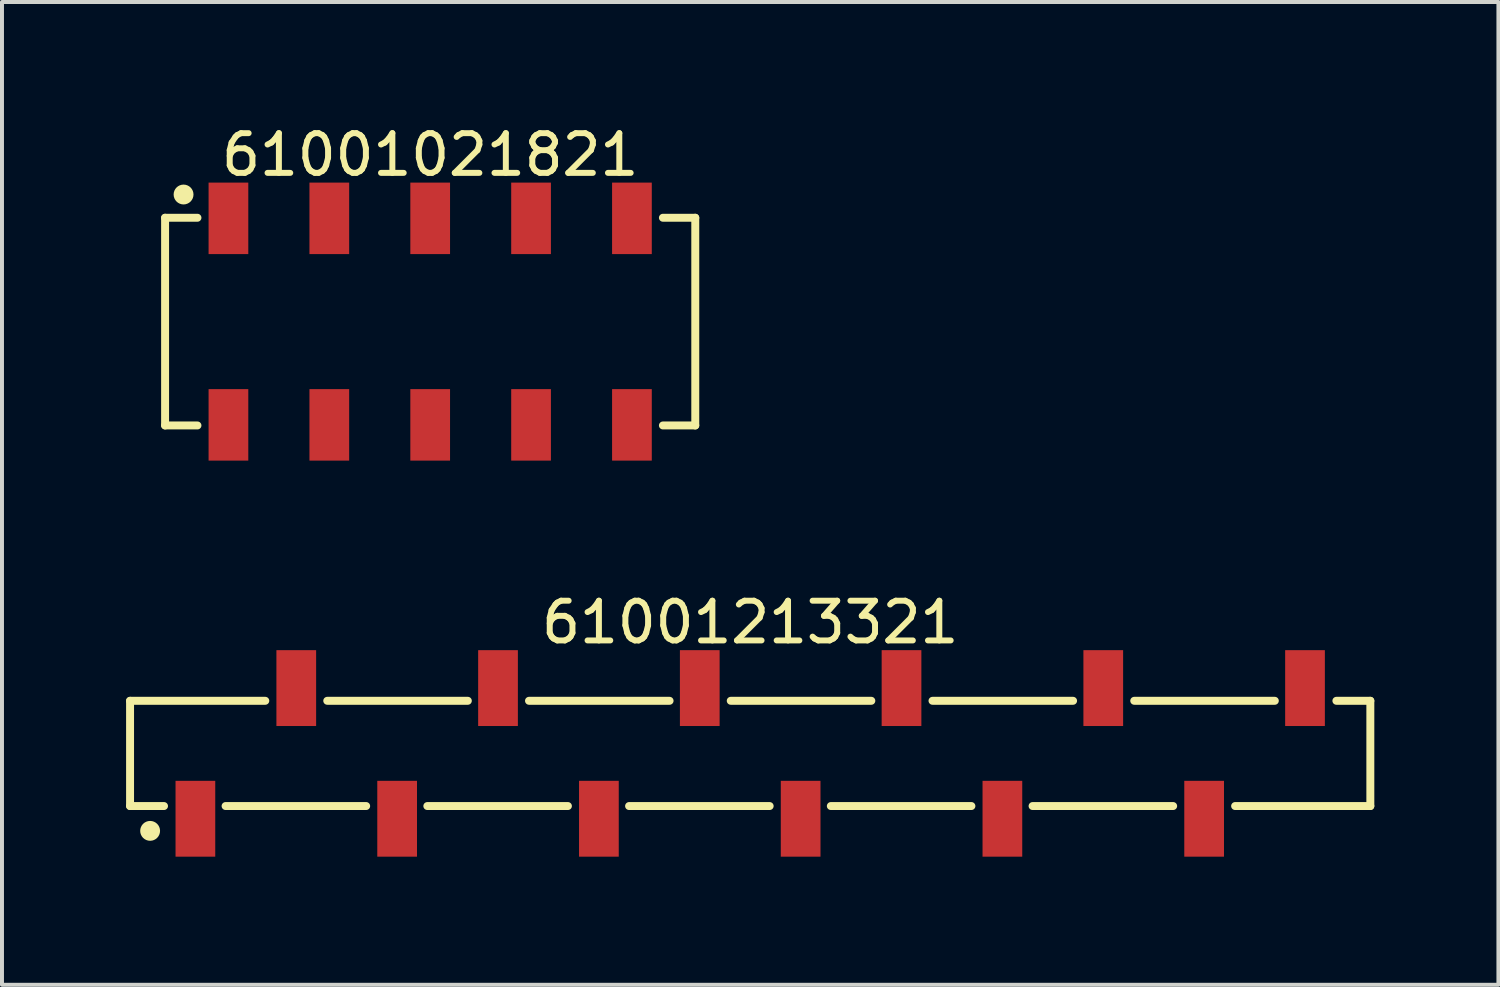
<source format=kicad_pcb>
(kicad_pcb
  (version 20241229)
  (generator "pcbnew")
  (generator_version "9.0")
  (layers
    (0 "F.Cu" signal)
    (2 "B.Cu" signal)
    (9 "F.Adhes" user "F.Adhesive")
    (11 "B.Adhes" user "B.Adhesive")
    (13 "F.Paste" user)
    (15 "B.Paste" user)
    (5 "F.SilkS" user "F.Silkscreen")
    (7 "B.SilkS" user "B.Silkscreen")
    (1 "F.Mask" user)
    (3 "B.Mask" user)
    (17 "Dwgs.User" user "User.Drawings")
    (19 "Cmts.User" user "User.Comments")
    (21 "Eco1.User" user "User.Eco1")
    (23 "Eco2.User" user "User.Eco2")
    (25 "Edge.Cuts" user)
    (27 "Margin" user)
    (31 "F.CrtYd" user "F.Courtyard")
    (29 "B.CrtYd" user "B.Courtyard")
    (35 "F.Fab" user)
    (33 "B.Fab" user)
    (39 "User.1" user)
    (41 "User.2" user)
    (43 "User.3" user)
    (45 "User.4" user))
  (footprint "61001213321"
    (layer "F.Cu")
    (at 15.84 15.921)
    (property "Reference" "61001213321" (at 0 -3.3 0) (layer "F.SilkS") (effects (font (size 1 1) (thickness 0.15))))
    (fp_line (start -15.615 -1.325) (end -12.21 -1.325) (stroke (width 0.2) (type solid)) (layer "F.SilkS"))
    (fp_line (start -15.615 1.325) (end -15.615 -1.325) (stroke (width 0.2) (type solid)) (layer "F.SilkS"))
    (fp_line (start -15.615 1.325) (end -14.76 1.325) (stroke (width 0.2) (type solid)) (layer "F.SilkS"))
    (fp_line (start -13.21 1.325) (end -9.67 1.325) (stroke (width 0.2) (type solid)) (layer "F.SilkS"))
    (fp_line (start -10.65 -1.325) (end -7.11 -1.325) (stroke (width 0.2) (type solid)) (layer "F.SilkS"))
    (fp_line (start -8.13 1.325) (end -4.59 1.325) (stroke (width 0.2) (type solid)) (layer "F.SilkS"))
    (fp_line (start -5.57 -1.325) (end -2.03 -1.325) (stroke (width 0.2) (type solid)) (layer "F.SilkS"))
    (fp_line (start -3.05 1.325) (end 0.49 1.325) (stroke (width 0.2) (type solid)) (layer "F.SilkS"))
    (fp_line (start -0.49 -1.325) (end 3.05 -1.325) (stroke (width 0.2) (type solid)) (layer "F.SilkS"))
    (fp_line (start 2.03 1.325) (end 5.57 1.325) (stroke (width 0.2) (type solid)) (layer "F.SilkS"))
    (fp_line (start 4.59 -1.325) (end 8.13 -1.325) (stroke (width 0.2) (type solid)) (layer "F.SilkS"))
    (fp_line (start 7.11 1.325) (end 10.65 1.325) (stroke (width 0.2) (type solid)) (layer "F.SilkS"))
    (fp_line (start 9.67 -1.325) (end 13.21 -1.325) (stroke (width 0.2) (type solid)) (layer "F.SilkS"))
    (fp_line (start 12.21 1.325) (end 15.615 1.325) (stroke (width 0.2) (type solid)) (layer "F.SilkS"))
    (fp_line (start 14.76 -1.325) (end 15.615 -1.325) (stroke (width 0.2) (type solid)) (layer "F.SilkS"))
    (fp_line (start 15.615 1.325) (end 15.615 -1.325) (stroke (width 0.2) (type solid)) (layer "F.SilkS"))
    (fp_circle (center -15.11 1.95) (end -15.11 1.825) (stroke (width 0.25) (type solid)) (fill no) (layer "F.SilkS"))
    (fp_line (start -15.815 -2.8) (end 15.815 -2.8) (stroke (width 0.05) (type solid)) (layer "Eco2.User"))
    (fp_line (start -15.815 2.8) (end -15.815 -2.8) (stroke (width 0.05) (type solid)) (layer "Eco2.User"))
    (fp_line (start -15.815 2.8) (end 15.815 2.8) (stroke (width 0.05) (type solid)) (layer "Eco2.User"))
    (fp_line (start -15.49 -1.25) (end 15.49 -1.25) (stroke (width 0.1) (type solid)) (layer "Eco2.User"))
    (fp_line (start -15.49 1.25) (end -15.49 -1.25) (stroke (width 0.1) (type solid)) (layer "Eco2.User"))
    (fp_line (start -15.49 1.25) (end 15.49 1.25) (stroke (width 0.1) (type solid)) (layer "Eco2.User"))
    (fp_line (start -14.22 2.025) (end -14.22 1.25) (stroke (width 0.1) (type solid)) (layer "Eco2.User"))
    (fp_line (start -14.22 2.025) (end -13.72 2.025) (stroke (width 0.1) (type solid)) (layer "Eco2.User"))
    (fp_line (start -13.72 2.025) (end -13.72 1.25) (stroke (width 0.1) (type solid)) (layer "Eco2.User"))
    (fp_line (start -11.68 -2.025) (end -11.18 -2.025) (stroke (width 0.1) (type solid)) (layer "Eco2.User"))
    (fp_line (start -11.68 -1.25) (end -11.68 -2.025) (stroke (width 0.1) (type solid)) (layer "Eco2.User"))
    (fp_line (start -11.18 -1.25) (end -11.18 -2.025) (stroke (width 0.1) (type solid)) (layer "Eco2.User"))
    (fp_line (start -9.14 2.025) (end -9.14 1.25) (stroke (width 0.1) (type solid)) (layer "Eco2.User"))
    (fp_line (start -9.14 2.025) (end -8.64 2.025) (stroke (width 0.1) (type solid)) (layer "Eco2.User"))
    (fp_line (start -8.64 2.025) (end -8.64 1.25) (stroke (width 0.1) (type solid)) (layer "Eco2.User"))
    (fp_line (start -6.6 -2.025) (end -6.1 -2.025) (stroke (width 0.1) (type solid)) (layer "Eco2.User"))
    (fp_line (start -6.6 -1.25) (end -6.6 -2.025) (stroke (width 0.1) (type solid)) (layer "Eco2.User"))
    (fp_line (start -6.1 -1.25) (end -6.1 -2.025) (stroke (width 0.1) (type solid)) (layer "Eco2.User"))
    (fp_line (start -4.06 2.025) (end -4.06 1.25) (stroke (width 0.1) (type solid)) (layer "Eco2.User"))
    (fp_line (start -4.06 2.025) (end -3.56 2.025) (stroke (width 0.1) (type solid)) (layer "Eco2.User"))
    (fp_line (start -3.56 2.025) (end -3.56 1.25) (stroke (width 0.1) (type solid)) (layer "Eco2.User"))
    (fp_line (start -1.52 -2.025) (end -1.02 -2.025) (stroke (width 0.1) (type solid)) (layer "Eco2.User"))
    (fp_line (start -1.52 -1.25) (end -1.52 -2.025) (stroke (width 0.1) (type solid)) (layer "Eco2.User"))
    (fp_line (start -1.02 -1.25) (end -1.02 -2.025) (stroke (width 0.1) (type solid)) (layer "Eco2.User"))
    (fp_line (start -0.5 0) (end 0.5 0) (stroke (width 0.05) (type solid)) (layer "Eco2.User"))
    (fp_line (start 0 0.5) (end 0 -0.5) (stroke (width 0.05) (type solid)) (layer "Eco2.User"))
    (fp_line (start 1.02 2.025) (end 1.02 1.25) (stroke (width 0.1) (type solid)) (layer "Eco2.User"))
    (fp_line (start 1.02 2.025) (end 1.52 2.025) (stroke (width 0.1) (type solid)) (layer "Eco2.User"))
    (fp_line (start 1.52 2.025) (end 1.52 1.25) (stroke (width 0.1) (type solid)) (layer "Eco2.User"))
    (fp_line (start 3.56 -2.025) (end 4.06 -2.025) (stroke (width 0.1) (type solid)) (layer "Eco2.User"))
    (fp_line (start 3.56 -1.25) (end 3.56 -2.025) (stroke (width 0.1) (type solid)) (layer "Eco2.User"))
    (fp_line (start 4.06 -1.25) (end 4.06 -2.025) (stroke (width 0.1) (type solid)) (layer "Eco2.User"))
    (fp_line (start 6.1 2.025) (end 6.1 1.25) (stroke (width 0.1) (type solid)) (layer "Eco2.User"))
    (fp_line (start 6.1 2.025) (end 6.6 2.025) (stroke (width 0.1) (type solid)) (layer "Eco2.User"))
    (fp_line (start 6.6 2.025) (end 6.6 1.25) (stroke (width 0.1) (type solid)) (layer "Eco2.User"))
    (fp_line (start 8.64 -2.025) (end 9.14 -2.025) (stroke (width 0.1) (type solid)) (layer "Eco2.User"))
    (fp_line (start 8.64 -1.25) (end 8.64 -2.025) (stroke (width 0.1) (type solid)) (layer "Eco2.User"))
    (fp_line (start 9.14 -1.25) (end 9.14 -2.025) (stroke (width 0.1) (type solid)) (layer "Eco2.User"))
    (fp_line (start 11.18 2.025) (end 11.18 1.25) (stroke (width 0.1) (type solid)) (layer "Eco2.User"))
    (fp_line (start 11.18 2.025) (end 11.68 2.025) (stroke (width 0.1) (type solid)) (layer "Eco2.User"))
    (fp_line (start 11.68 2.025) (end 11.68 1.25) (stroke (width 0.1) (type solid)) (layer "Eco2.User"))
    (fp_line (start 13.72 -2.025) (end 14.22 -2.025) (stroke (width 0.1) (type solid)) (layer "Eco2.User"))
    (fp_line (start 13.72 -1.25) (end 13.72 -2.025) (stroke (width 0.1) (type solid)) (layer "Eco2.User"))
    (fp_line (start 14.22 -1.25) (end 14.22 -2.025) (stroke (width 0.1) (type solid)) (layer "Eco2.User"))
    (fp_line (start 15.49 1.25) (end 15.49 -1.25) (stroke (width 0.1) (type solid)) (layer "Eco2.User"))
    (fp_line (start 15.815 2.8) (end 15.815 -2.8) (stroke (width 0.05) (type solid)) (layer "Eco2.User"))
    (fp_text user "${REFERENCE}" (at 0.15 -0.197 0) (unlocked yes) (layer "User.3") (effects (font (size 1.5 1.5) (thickness 0.15))))
    (pad "1" smd rect (at -13.97 1.645 180) (size 1 1.91) (layers "F.Cu" "F.Mask" "F.Paste"))
    (pad "2" smd rect (at -11.43 -1.645 180) (size 1 1.91) (layers "F.Cu" "F.Mask" "F.Paste"))
    (pad "3" smd rect (at -8.89 1.645 180) (size 1 1.91) (layers "F.Cu" "F.Mask" "F.Paste"))
    (pad "4" smd rect (at -6.35 -1.645 180) (size 1 1.91) (layers "F.Cu" "F.Mask" "F.Paste"))
    (pad "5" smd rect (at -3.81 1.645 180) (size 1 1.91) (layers "F.Cu" "F.Mask" "F.Paste"))
    (pad "6" smd rect (at -1.27 -1.645 180) (size 1 1.91) (layers "F.Cu" "F.Mask" "F.Paste"))
    (pad "7" smd rect (at 1.27 1.645 180) (size 1 1.91) (layers "F.Cu" "F.Mask" "F.Paste"))
    (pad "8" smd rect (at 3.81 -1.645 180) (size 1 1.91) (layers "F.Cu" "F.Mask" "F.Paste"))
    (pad "9" smd rect (at 6.35 1.645 180) (size 1 1.91) (layers "F.Cu" "F.Mask" "F.Paste"))
    (pad "10" smd rect (at 8.89 -1.645 180) (size 1 1.91) (layers "F.Cu" "F.Mask" "F.Paste"))
    (pad "11" smd rect (at 11.43 1.645 180) (size 1 1.91) (layers "F.Cu" "F.Mask" "F.Paste"))
    (pad "12" smd rect (at 13.97 -1.645 180) (size 1 1.91) (layers "F.Cu" "F.Mask" "F.Paste")))
  (footprint "61001021821"
    (layer "F.Cu")
    (at 7.782 5.048)
    (property "Reference" "61001021821" (at 0 -4.2 0) (layer "F.SilkS") (effects (font (size 1 1) (thickness 0.15))))
    (fp_line (start -6.675 -2.615) (end -5.86 -2.615) (stroke (width 0.2) (type solid)) (layer "F.SilkS"))
    (fp_line (start -6.675 2.615) (end -6.675 -2.615) (stroke (width 0.2) (type solid)) (layer "F.SilkS"))
    (fp_line (start -6.675 2.615) (end -5.86 2.615) (stroke (width 0.2) (type solid)) (layer "F.SilkS"))
    (fp_line (start 5.86 -2.615) (end 6.675 -2.615) (stroke (width 0.2) (type solid)) (layer "F.SilkS"))
    (fp_line (start 5.86 2.615) (end 6.675 2.615) (stroke (width 0.2) (type solid)) (layer "F.SilkS"))
    (fp_line (start 6.675 2.615) (end 6.675 -2.615) (stroke (width 0.2) (type solid)) (layer "F.SilkS"))
    (fp_circle (center -6.21 -3.2) (end -6.21 -3.325) (stroke (width 0.25) (type solid)) (fill no) (layer "F.SilkS"))
    (fp_line (start -6.875 -3.7) (end 6.875 -3.7) (stroke (width 0.05) (type solid)) (layer "Eco2.User"))
    (fp_line (start -6.875 3.7) (end -6.875 -3.7) (stroke (width 0.05) (type solid)) (layer "Eco2.User"))
    (fp_line (start -6.875 3.7) (end 6.875 3.7) (stroke (width 0.05) (type solid)) (layer "Eco2.User"))
    (fp_line (start -6.6 -2.54) (end 6.6 -2.54) (stroke (width 0.1) (type solid)) (layer "Eco2.User"))
    (fp_line (start -6.6 2.54) (end -6.6 -2.54) (stroke (width 0.1) (type solid)) (layer "Eco2.User"))
    (fp_line (start -6.6 2.54) (end 6.6 2.54) (stroke (width 0.1) (type solid)) (layer "Eco2.User"))
    (fp_line (start -5.4 -3.35) (end -4.76 -3.35) (stroke (width 0.1) (type solid)) (layer "Eco2.User"))
    (fp_line (start -5.4 -2.54) (end -5.4 -3.35) (stroke (width 0.1) (type solid)) (layer "Eco2.User"))
    (fp_line (start -5.4 3.35) (end -5.4 2.54) (stroke (width 0.1) (type solid)) (layer "Eco2.User"))
    (fp_line (start -5.4 3.35) (end -4.76 3.35) (stroke (width 0.1) (type solid)) (layer "Eco2.User"))
    (fp_line (start -4.76 -2.54) (end -4.76 -3.35) (stroke (width 0.1) (type solid)) (layer "Eco2.User"))
    (fp_line (start -4.76 3.35) (end -4.76 2.54) (stroke (width 0.1) (type solid)) (layer "Eco2.User"))
    (fp_line (start -2.86 -3.35) (end -2.22 -3.35) (stroke (width 0.1) (type solid)) (layer "Eco2.User"))
    (fp_line (start -2.86 -2.54) (end -2.86 -3.35) (stroke (width 0.1) (type solid)) (layer "Eco2.User"))
    (fp_line (start -2.86 3.35) (end -2.86 2.54) (stroke (width 0.1) (type solid)) (layer "Eco2.User"))
    (fp_line (start -2.86 3.35) (end -2.22 3.35) (stroke (width 0.1) (type solid)) (layer "Eco2.User"))
    (fp_line (start -2.22 -2.54) (end -2.22 -3.35) (stroke (width 0.1) (type solid)) (layer "Eco2.User"))
    (fp_line (start -2.22 3.35) (end -2.22 2.54) (stroke (width 0.1) (type solid)) (layer "Eco2.User"))
    (fp_line (start -0.5 0) (end 0.5 0) (stroke (width 0.05) (type solid)) (layer "Eco2.User"))
    (fp_line (start -0.32 -3.35) (end 0.32 -3.35) (stroke (width 0.1) (type solid)) (layer "Eco2.User"))
    (fp_line (start -0.32 -2.54) (end -0.32 -3.35) (stroke (width 0.1) (type solid)) (layer "Eco2.User"))
    (fp_line (start -0.32 3.35) (end -0.32 2.54) (stroke (width 0.1) (type solid)) (layer "Eco2.User"))
    (fp_line (start -0.32 3.35) (end 0.32 3.35) (stroke (width 0.1) (type solid)) (layer "Eco2.User"))
    (fp_line (start 0 0.5) (end 0 -0.5) (stroke (width 0.05) (type solid)) (layer "Eco2.User"))
    (fp_line (start 0.32 -2.54) (end 0.32 -3.35) (stroke (width 0.1) (type solid)) (layer "Eco2.User"))
    (fp_line (start 0.32 3.35) (end 0.32 2.54) (stroke (width 0.1) (type solid)) (layer "Eco2.User"))
    (fp_line (start 2.22 -3.35) (end 2.86 -3.35) (stroke (width 0.1) (type solid)) (layer "Eco2.User"))
    (fp_line (start 2.22 -2.54) (end 2.22 -3.35) (stroke (width 0.1) (type solid)) (layer "Eco2.User"))
    (fp_line (start 2.22 3.35) (end 2.22 2.54) (stroke (width 0.1) (type solid)) (layer "Eco2.User"))
    (fp_line (start 2.22 3.35) (end 2.86 3.35) (stroke (width 0.1) (type solid)) (layer "Eco2.User"))
    (fp_line (start 2.86 -2.54) (end 2.86 -3.35) (stroke (width 0.1) (type solid)) (layer "Eco2.User"))
    (fp_line (start 2.86 3.35) (end 2.86 2.54) (stroke (width 0.1) (type solid)) (layer "Eco2.User"))
    (fp_line (start 4.76 -3.35) (end 5.4 -3.35) (stroke (width 0.1) (type solid)) (layer "Eco2.User"))
    (fp_line (start 4.76 -2.54) (end 4.76 -3.35) (stroke (width 0.1) (type solid)) (layer "Eco2.User"))
    (fp_line (start 4.76 3.35) (end 4.76 2.54) (stroke (width 0.1) (type solid)) (layer "Eco2.User"))
    (fp_line (start 4.76 3.35) (end 5.4 3.35) (stroke (width 0.1) (type solid)) (layer "Eco2.User"))
    (fp_line (start 5.4 -2.54) (end 5.4 -3.35) (stroke (width 0.1) (type solid)) (layer "Eco2.User"))
    (fp_line (start 5.4 3.35) (end 5.4 2.54) (stroke (width 0.1) (type solid)) (layer "Eco2.User"))
    (fp_line (start 6.6 2.54) (end 6.6 -2.54) (stroke (width 0.1) (type solid)) (layer "Eco2.User"))
    (fp_line (start 6.875 3.7) (end 6.875 -3.7) (stroke (width 0.05) (type solid)) (layer "Eco2.User"))
    (fp_text user "${REFERENCE}" (at 0.15 -0.197 0) (unlocked yes) (layer "User.3") (effects (font (size 1.5 1.5) (thickness 0.15))))
    (pad "1" smd rect (at -5.08 -2.6) (size 1 1.8) (layers "F.Cu" "F.Mask" "F.Paste"))
    (pad "2" smd rect (at -5.08 2.6) (size 1 1.8) (layers "F.Cu" "F.Mask" "F.Paste"))
    (pad "3" smd rect (at -2.54 -2.6) (size 1 1.8) (layers "F.Cu" "F.Mask" "F.Paste"))
    (pad "4" smd rect (at -2.54 2.6) (size 1 1.8) (layers "F.Cu" "F.Mask" "F.Paste"))
    (pad "5" smd rect (at 0 -2.6) (size 1 1.8) (layers "F.Cu" "F.Mask" "F.Paste"))
    (pad "6" smd rect (at 0 2.6) (size 1 1.8) (layers "F.Cu" "F.Mask" "F.Paste"))
    (pad "7" smd rect (at 2.54 -2.6) (size 1 1.8) (layers "F.Cu" "F.Mask" "F.Paste"))
    (pad "8" smd rect (at 2.54 2.6) (size 1 1.8) (layers "F.Cu" "F.Mask" "F.Paste"))
    (pad "9" smd rect (at 5.08 -2.6) (size 1 1.8) (layers "F.Cu" "F.Mask" "F.Paste"))
    (pad "10" smd rect (at 5.08 2.6) (size 1 1.8) (layers "F.Cu" "F.Mask" "F.Paste")))
  (gr_rect
    (start -3 -3)
    (end 34.68 21.747)
    (stroke (width 0.1) (type default))
    (fill no)
    (layer "Edge.Cuts")))
</source>
